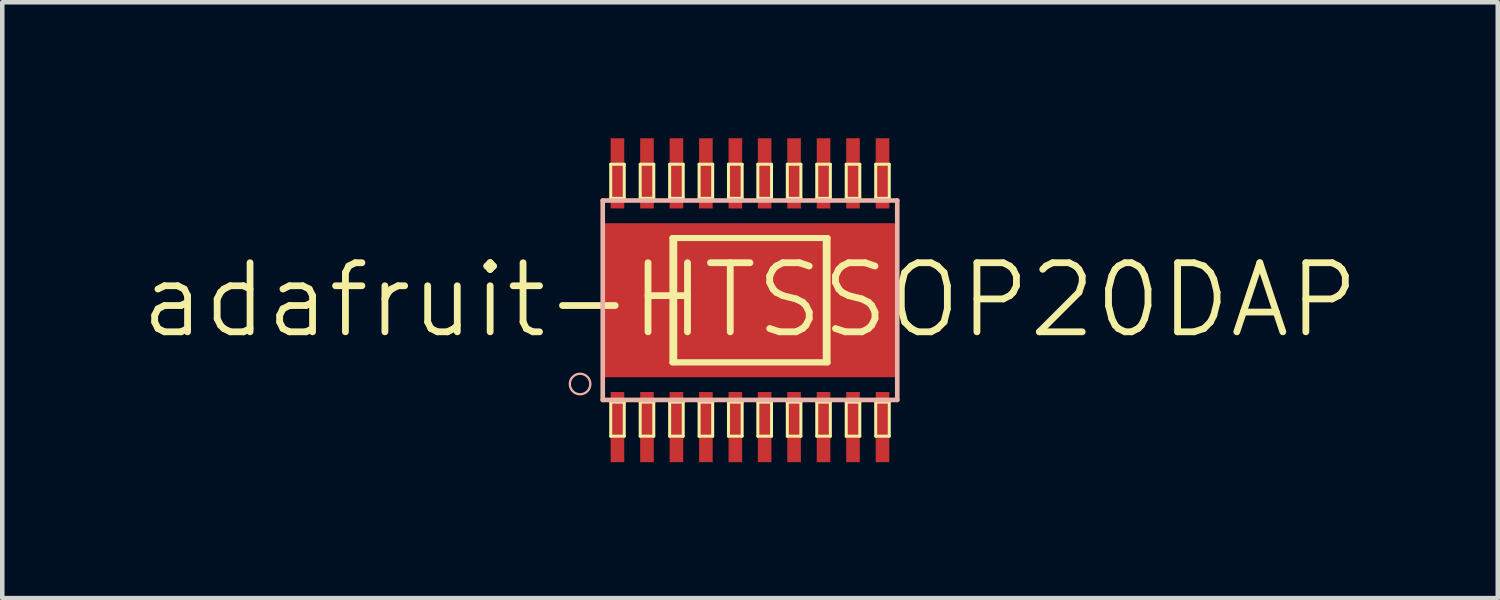
<source format=kicad_pcb>
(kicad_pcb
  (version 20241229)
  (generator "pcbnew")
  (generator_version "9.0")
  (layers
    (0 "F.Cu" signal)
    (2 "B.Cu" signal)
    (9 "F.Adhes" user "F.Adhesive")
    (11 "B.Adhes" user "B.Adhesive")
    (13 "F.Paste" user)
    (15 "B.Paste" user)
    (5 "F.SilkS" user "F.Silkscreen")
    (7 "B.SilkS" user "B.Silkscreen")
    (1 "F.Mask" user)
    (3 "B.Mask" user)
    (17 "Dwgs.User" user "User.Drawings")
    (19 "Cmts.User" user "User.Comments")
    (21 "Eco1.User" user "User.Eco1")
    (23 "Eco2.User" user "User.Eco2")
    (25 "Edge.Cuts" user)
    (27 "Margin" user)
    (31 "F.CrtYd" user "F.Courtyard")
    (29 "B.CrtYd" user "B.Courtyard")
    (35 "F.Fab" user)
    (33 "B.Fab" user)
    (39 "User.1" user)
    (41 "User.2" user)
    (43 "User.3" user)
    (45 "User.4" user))
  (footprint "adafruit-HTSSOP20DAP"
    (layer "F.Cu")
    (at 13.498 3.574)
    (property "Reference" "adafruit-HTSSOP20DAP" (at 0 0 0) (layer "F.SilkS") (effects (font (size 1.524 1.524) (thickness 0.15))))
    (attr smd)
    (fp_line (start -3.073 -3) (end -2.774 -3) (stroke (width 0.066) (type solid)) (layer "F.SilkS"))
    (fp_line (start -3.073 -2.248) (end -3.073 -3) (stroke (width 0.066) (type solid)) (layer "F.SilkS"))
    (fp_line (start -3.073 -2.248) (end -2.774 -2.248) (stroke (width 0.066) (type solid)) (layer "F.SilkS"))
    (fp_line (start -3.073 2.248) (end -2.774 2.248) (stroke (width 0.066) (type solid)) (layer "F.SilkS"))
    (fp_line (start -3.073 3) (end -3.073 2.248) (stroke (width 0.066) (type solid)) (layer "F.SilkS"))
    (fp_line (start -3.073 3) (end -2.774 3) (stroke (width 0.066) (type solid)) (layer "F.SilkS"))
    (fp_line (start -2.774 -2.248) (end -2.774 -3) (stroke (width 0.066) (type solid)) (layer "F.SilkS"))
    (fp_line (start -2.774 3) (end -2.774 2.248) (stroke (width 0.066) (type solid)) (layer "F.SilkS"))
    (fp_line (start -2.423 -3) (end -2.123 -3) (stroke (width 0.066) (type solid)) (layer "F.SilkS"))
    (fp_line (start -2.423 -2.248) (end -2.423 -3) (stroke (width 0.066) (type solid)) (layer "F.SilkS"))
    (fp_line (start -2.423 -2.248) (end -2.123 -2.248) (stroke (width 0.066) (type solid)) (layer "F.SilkS"))
    (fp_line (start -2.423 2.248) (end -2.123 2.248) (stroke (width 0.066) (type solid)) (layer "F.SilkS"))
    (fp_line (start -2.423 3) (end -2.423 2.248) (stroke (width 0.066) (type solid)) (layer "F.SilkS"))
    (fp_line (start -2.423 3) (end -2.123 3) (stroke (width 0.066) (type solid)) (layer "F.SilkS"))
    (fp_line (start -2.123 -2.248) (end -2.123 -3) (stroke (width 0.066) (type solid)) (layer "F.SilkS"))
    (fp_line (start -2.123 3) (end -2.123 2.248) (stroke (width 0.066) (type solid)) (layer "F.SilkS"))
    (fp_line (start -1.773 -3) (end -1.473 -3) (stroke (width 0.066) (type solid)) (layer "F.SilkS"))
    (fp_line (start -1.773 -2.248) (end -1.773 -3) (stroke (width 0.066) (type solid)) (layer "F.SilkS"))
    (fp_line (start -1.773 -2.248) (end -1.473 -2.248) (stroke (width 0.066) (type solid)) (layer "F.SilkS"))
    (fp_line (start -1.773 2.248) (end -1.473 2.248) (stroke (width 0.066) (type solid)) (layer "F.SilkS"))
    (fp_line (start -1.773 3) (end -1.773 2.248) (stroke (width 0.066) (type solid)) (layer "F.SilkS"))
    (fp_line (start -1.773 3) (end -1.473 3) (stroke (width 0.066) (type solid)) (layer "F.SilkS"))
    (fp_line (start -1.714 -1.374) (end 1.714 -1.374) (stroke (width 0.127) (type solid)) (layer "F.SilkS"))
    (fp_line (start -1.714 1.374) (end -1.714 -1.374) (stroke (width 0.127) (type solid)) (layer "F.SilkS"))
    (fp_line (start -1.669 -1.369) (end 1.669 -1.369) (stroke (width 0.127) (type solid)) (layer "F.SilkS"))
    (fp_line (start -1.669 1.369) (end -1.669 -1.369) (stroke (width 0.127) (type solid)) (layer "F.SilkS"))
    (fp_line (start -1.473 -2.248) (end -1.473 -3) (stroke (width 0.066) (type solid)) (layer "F.SilkS"))
    (fp_line (start -1.473 3) (end -1.473 2.248) (stroke (width 0.066) (type solid)) (layer "F.SilkS"))
    (fp_line (start -1.123 -3) (end -0.823 -3) (stroke (width 0.066) (type solid)) (layer "F.SilkS"))
    (fp_line (start -1.123 -2.248) (end -1.123 -3) (stroke (width 0.066) (type solid)) (layer "F.SilkS"))
    (fp_line (start -1.123 -2.248) (end -0.823 -2.248) (stroke (width 0.066) (type solid)) (layer "F.SilkS"))
    (fp_line (start -1.123 2.248) (end -0.823 2.248) (stroke (width 0.066) (type solid)) (layer "F.SilkS"))
    (fp_line (start -1.123 3) (end -1.123 2.248) (stroke (width 0.066) (type solid)) (layer "F.SilkS"))
    (fp_line (start -1.123 3) (end -0.823 3) (stroke (width 0.066) (type solid)) (layer "F.SilkS"))
    (fp_line (start -0.823 -2.248) (end -0.823 -3) (stroke (width 0.066) (type solid)) (layer "F.SilkS"))
    (fp_line (start -0.823 3) (end -0.823 2.248) (stroke (width 0.066) (type solid)) (layer "F.SilkS"))
    (fp_line (start -0.475 -3) (end -0.173 -3) (stroke (width 0.066) (type solid)) (layer "F.SilkS"))
    (fp_line (start -0.475 -2.248) (end -0.475 -3) (stroke (width 0.066) (type solid)) (layer "F.SilkS"))
    (fp_line (start -0.475 -2.248) (end -0.173 -2.248) (stroke (width 0.066) (type solid)) (layer "F.SilkS"))
    (fp_line (start -0.475 2.248) (end -0.173 2.248) (stroke (width 0.066) (type solid)) (layer "F.SilkS"))
    (fp_line (start -0.475 3) (end -0.475 2.248) (stroke (width 0.066) (type solid)) (layer "F.SilkS"))
    (fp_line (start -0.475 3) (end -0.173 3) (stroke (width 0.066) (type solid)) (layer "F.SilkS"))
    (fp_line (start -0.173 -2.248) (end -0.173 -3) (stroke (width 0.066) (type solid)) (layer "F.SilkS"))
    (fp_line (start -0.173 3) (end -0.173 2.248) (stroke (width 0.066) (type solid)) (layer "F.SilkS"))
    (fp_line (start 0.173 -3) (end 0.475 -3) (stroke (width 0.066) (type solid)) (layer "F.SilkS"))
    (fp_line (start 0.173 -2.248) (end 0.173 -3) (stroke (width 0.066) (type solid)) (layer "F.SilkS"))
    (fp_line (start 0.173 -2.248) (end 0.475 -2.248) (stroke (width 0.066) (type solid)) (layer "F.SilkS"))
    (fp_line (start 0.173 2.248) (end 0.475 2.248) (stroke (width 0.066) (type solid)) (layer "F.SilkS"))
    (fp_line (start 0.173 3) (end 0.173 2.248) (stroke (width 0.066) (type solid)) (layer "F.SilkS"))
    (fp_line (start 0.173 3) (end 0.475 3) (stroke (width 0.066) (type solid)) (layer "F.SilkS"))
    (fp_line (start 0.475 -2.248) (end 0.475 -3) (stroke (width 0.066) (type solid)) (layer "F.SilkS"))
    (fp_line (start 0.475 3) (end 0.475 2.248) (stroke (width 0.066) (type solid)) (layer "F.SilkS"))
    (fp_line (start 0.823 -3) (end 1.123 -3) (stroke (width 0.066) (type solid)) (layer "F.SilkS"))
    (fp_line (start 0.823 -2.248) (end 0.823 -3) (stroke (width 0.066) (type solid)) (layer "F.SilkS"))
    (fp_line (start 0.823 -2.248) (end 1.123 -2.248) (stroke (width 0.066) (type solid)) (layer "F.SilkS"))
    (fp_line (start 0.823 2.248) (end 1.123 2.248) (stroke (width 0.066) (type solid)) (layer "F.SilkS"))
    (fp_line (start 0.823 3) (end 0.823 2.248) (stroke (width 0.066) (type solid)) (layer "F.SilkS"))
    (fp_line (start 0.823 3) (end 1.123 3) (stroke (width 0.066) (type solid)) (layer "F.SilkS"))
    (fp_line (start 1.123 -2.248) (end 1.123 -3) (stroke (width 0.066) (type solid)) (layer "F.SilkS"))
    (fp_line (start 1.123 3) (end 1.123 2.248) (stroke (width 0.066) (type solid)) (layer "F.SilkS"))
    (fp_line (start 1.473 -3) (end 1.773 -3) (stroke (width 0.066) (type solid)) (layer "F.SilkS"))
    (fp_line (start 1.473 -2.248) (end 1.473 -3) (stroke (width 0.066) (type solid)) (layer "F.SilkS"))
    (fp_line (start 1.473 -2.248) (end 1.773 -2.248) (stroke (width 0.066) (type solid)) (layer "F.SilkS"))
    (fp_line (start 1.473 2.248) (end 1.773 2.248) (stroke (width 0.066) (type solid)) (layer "F.SilkS"))
    (fp_line (start 1.473 3) (end 1.473 2.248) (stroke (width 0.066) (type solid)) (layer "F.SilkS"))
    (fp_line (start 1.473 3) (end 1.773 3) (stroke (width 0.066) (type solid)) (layer "F.SilkS"))
    (fp_line (start 1.669 -1.369) (end 1.669 1.369) (stroke (width 0.127) (type solid)) (layer "F.SilkS"))
    (fp_line (start 1.669 1.369) (end -1.669 1.369) (stroke (width 0.127) (type solid)) (layer "F.SilkS"))
    (fp_line (start 1.714 -1.374) (end 1.714 1.374) (stroke (width 0.127) (type solid)) (layer "F.SilkS"))
    (fp_line (start 1.714 1.374) (end -1.714 1.374) (stroke (width 0.127) (type solid)) (layer "F.SilkS"))
    (fp_line (start 1.773 -2.248) (end 1.773 -3) (stroke (width 0.066) (type solid)) (layer "F.SilkS"))
    (fp_line (start 1.773 3) (end 1.773 2.248) (stroke (width 0.066) (type solid)) (layer "F.SilkS"))
    (fp_line (start 2.123 -3) (end 2.423 -3) (stroke (width 0.066) (type solid)) (layer "F.SilkS"))
    (fp_line (start 2.123 -2.248) (end 2.123 -3) (stroke (width 0.066) (type solid)) (layer "F.SilkS"))
    (fp_line (start 2.123 -2.248) (end 2.423 -2.248) (stroke (width 0.066) (type solid)) (layer "F.SilkS"))
    (fp_line (start 2.123 2.248) (end 2.423 2.248) (stroke (width 0.066) (type solid)) (layer "F.SilkS"))
    (fp_line (start 2.123 3) (end 2.123 2.248) (stroke (width 0.066) (type solid)) (layer "F.SilkS"))
    (fp_line (start 2.123 3) (end 2.423 3) (stroke (width 0.066) (type solid)) (layer "F.SilkS"))
    (fp_line (start 2.423 -2.248) (end 2.423 -3) (stroke (width 0.066) (type solid)) (layer "F.SilkS"))
    (fp_line (start 2.423 3) (end 2.423 2.248) (stroke (width 0.066) (type solid)) (layer "F.SilkS"))
    (fp_line (start 2.774 -3) (end 3.073 -3) (stroke (width 0.066) (type solid)) (layer "F.SilkS"))
    (fp_line (start 2.774 -2.248) (end 2.774 -3) (stroke (width 0.066) (type solid)) (layer "F.SilkS"))
    (fp_line (start 2.774 -2.248) (end 3.073 -2.248) (stroke (width 0.066) (type solid)) (layer "F.SilkS"))
    (fp_line (start 2.774 2.248) (end 3.073 2.248) (stroke (width 0.066) (type solid)) (layer "F.SilkS"))
    (fp_line (start 2.774 3) (end 2.774 2.248) (stroke (width 0.066) (type solid)) (layer "F.SilkS"))
    (fp_line (start 2.774 3) (end 3.073 3) (stroke (width 0.066) (type solid)) (layer "F.SilkS"))
    (fp_line (start 3.073 -2.248) (end 3.073 -3) (stroke (width 0.066) (type solid)) (layer "F.SilkS"))
    (fp_line (start 3.073 3) (end 3.073 2.248) (stroke (width 0.066) (type solid)) (layer "F.SilkS"))
    (fp_line (start -3.249 -2.2) (end 3.249 -2.2) (stroke (width 0.102) (type solid)) (layer "B.SilkS"))
    (fp_line (start -3.249 2.2) (end -3.249 -2.2) (stroke (width 0.102) (type solid)) (layer "B.SilkS"))
    (fp_line (start 3.249 -2.2) (end 3.249 2.2) (stroke (width 0.102) (type solid)) (layer "B.SilkS"))
    (fp_line (start 3.249 2.2) (end -3.249 2.2) (stroke (width 0.102) (type solid)) (layer "B.SilkS"))
    (fp_circle (center -3.749 1.849) (end -3.909 2.009) (stroke (width 0.051) (type solid)) (fill no) (layer "B.SilkS"))
    (pad "1" smd rect (at -2.924 2.799) (size 0.3 1.549) (layers "F.Cu" "F.Mask" "F.Paste"))
    (pad "2" smd rect (at -2.273 2.799) (size 0.3 1.549) (layers "F.Cu" "F.Mask" "F.Paste"))
    (pad "3" smd rect (at -1.623 2.799) (size 0.3 1.549) (layers "F.Cu" "F.Mask" "F.Paste"))
    (pad "4" smd rect (at -0.973 2.799) (size 0.3 1.549) (layers "F.Cu" "F.Mask" "F.Paste"))
    (pad "5" smd rect (at -0.323 2.799) (size 0.3 1.549) (layers "F.Cu" "F.Mask" "F.Paste"))
    (pad "6" smd rect (at 0.323 2.799) (size 0.3 1.549) (layers "F.Cu" "F.Mask" "F.Paste"))
    (pad "7" smd rect (at 0.973 2.799) (size 0.3 1.549) (layers "F.Cu" "F.Mask" "F.Paste"))
    (pad "8" smd rect (at 1.623 2.799) (size 0.3 1.549) (layers "F.Cu" "F.Mask" "F.Paste"))
    (pad "9" smd rect (at 2.273 2.799) (size 0.3 1.549) (layers "F.Cu" "F.Mask" "F.Paste"))
    (pad "10" smd rect (at 2.924 2.799) (size 0.3 1.549) (layers "F.Cu" "F.Mask" "F.Paste"))
    (pad "11" smd rect (at 2.924 -2.799 180) (size 0.3 1.549) (layers "F.Cu" "F.Mask" "F.Paste"))
    (pad "12" smd rect (at 2.273 -2.799 180) (size 0.3 1.549) (layers "F.Cu" "F.Mask" "F.Paste"))
    (pad "13" smd rect (at 1.623 -2.799 180) (size 0.3 1.549) (layers "F.Cu" "F.Mask" "F.Paste"))
    (pad "14" smd rect (at 0.973 -2.799 180) (size 0.3 1.549) (layers "F.Cu" "F.Mask" "F.Paste"))
    (pad "15" smd rect (at 0.323 -2.799 180) (size 0.3 1.549) (layers "F.Cu" "F.Mask" "F.Paste"))
    (pad "16" smd rect (at -0.323 -2.799 180) (size 0.3 1.549) (layers "F.Cu" "F.Mask" "F.Paste"))
    (pad "17" smd rect (at -0.973 -2.799 180) (size 0.3 1.549) (layers "F.Cu" "F.Mask" "F.Paste"))
    (pad "18" smd rect (at -1.623 -2.799 180) (size 0.3 1.549) (layers "F.Cu" "F.Mask" "F.Paste"))
    (pad "19" smd rect (at -2.273 -2.799 180) (size 0.3 1.549) (layers "F.Cu" "F.Mask" "F.Paste"))
    (pad "20" smd rect (at -2.924 -2.799 180) (size 0.3 1.549) (layers "F.Cu" "F.Mask" "F.Paste"))
    (pad "EXP" smd rect (at 0 0) (size 6.5 3.399) (layers "F.Cu" "F.Mask" "F.Paste")))
  (gr_rect
    (start -3 -3)
    (end 29.997 10.148)
    (stroke (width 0.1) (type default))
    (fill no)
    (layer "Edge.Cuts")))
</source>
